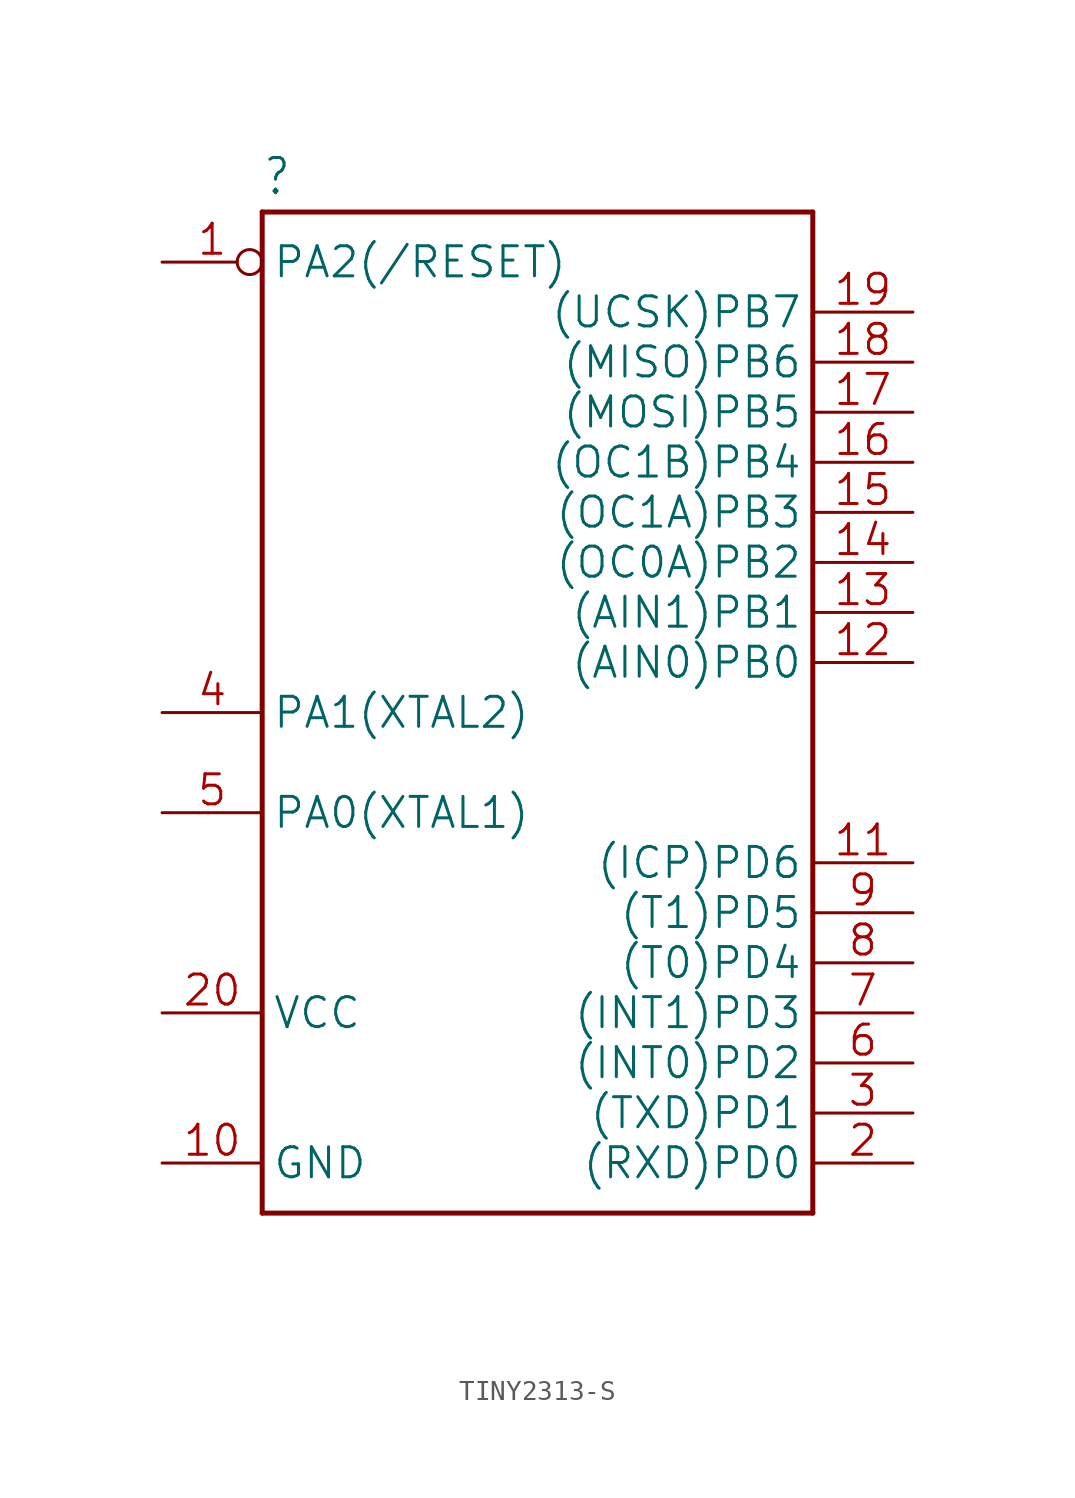
<source format=kicad_sym>
(kicad_symbol_lib
  (version 20241209)
  (generator "kicad_symbol_editor")
  (generator_version "9.0")
  (symbol "TINY2313-S"
    (property "Reference" ""
      (at -15.24 21.082 0)
      (effects (font (size 1.778 1.511)) (justify left bottom)))
    (property "Value" ""
      (at -15.24 -33.02 0)
      (effects (font (size 1.778 1.511)) (justify left bottom)))
    (property "ki_locked" ""
      (at 0 0 0)
      (effects (font (size 1.27 1.27))))
    (symbol "TINY2313-S_1_0"
      (polyline (pts (xy -15.24 20.32) (xy 12.7 20.32)) (stroke (width 0.254) (type solid)) (fill (type none)))
      (polyline (pts (xy -15.24 -30.48) (xy -15.24 20.32)) (stroke (width 0.254) (type solid)) (fill (type none)))
      (polyline (pts (xy 12.7 20.32) (xy 12.7 -30.48)) (stroke (width 0.254) (type solid)) (fill (type none)))
      (polyline (pts (xy 12.7 -30.48) (xy -15.24 -30.48)) (stroke (width 0.254) (type solid)) (fill (type none)))
      (pin input inverted (at -20.32 17.78 0) (length 5.08) (name "PA2(/RESET)" (effects (font (size 1.524 1.524)))) (number "1" (effects (font (size 1.524 1.524)))))
      (pin bidirectional line (at -20.32 -5.08 0) (length 5.08) (name "PA1(XTAL2)" (effects (font (size 1.524 1.524)))) (number "4" (effects (font (size 1.524 1.524)))))
      (pin bidirectional line (at -20.32 -10.16 0) (length 5.08) (name "PA0(XTAL1)" (effects (font (size 1.524 1.524)))) (number "5" (effects (font (size 1.524 1.524)))))
      (pin power_in line (at -20.32 -20.32 0) (length 5.08) (name "VCC" (effects (font (size 1.524 1.524)))) (number "20" (effects (font (size 1.524 1.524)))))
      (pin power_in line (at -20.32 -27.94 0) (length 5.08) (name "GND" (effects (font (size 1.524 1.524)))) (number "10" (effects (font (size 1.524 1.524)))))
      (pin bidirectional line (at 17.78 15.24 180) (length 5.08) (name "(UCSK)PB7" (effects (font (size 1.524 1.524)))) (number "19" (effects (font (size 1.524 1.524)))))
      (pin bidirectional line (at 17.78 12.7 180) (length 5.08) (name "(MISO)PB6" (effects (font (size 1.524 1.524)))) (number "18" (effects (font (size 1.524 1.524)))))
      (pin bidirectional line (at 17.78 10.16 180) (length 5.08) (name "(MOSI)PB5" (effects (font (size 1.524 1.524)))) (number "17" (effects (font (size 1.524 1.524)))))
      (pin bidirectional line (at 17.78 7.62 180) (length 5.08) (name "(OC1B)PB4" (effects (font (size 1.524 1.524)))) (number "16" (effects (font (size 1.524 1.524)))))
      (pin bidirectional line (at 17.78 5.08 180) (length 5.08) (name "(OC1A)PB3" (effects (font (size 1.524 1.524)))) (number "15" (effects (font (size 1.524 1.524)))))
      (pin bidirectional line (at 17.78 2.54 180) (length 5.08) (name "(OC0A)PB2" (effects (font (size 1.524 1.524)))) (number "14" (effects (font (size 1.524 1.524)))))
      (pin bidirectional line (at 17.78 0 180) (length 5.08) (name "(AIN1)PB1" (effects (font (size 1.524 1.524)))) (number "13" (effects (font (size 1.524 1.524)))))
      (pin bidirectional line (at 17.78 -2.54 180) (length 5.08) (name "(AIN0)PB0" (effects (font (size 1.524 1.524)))) (number "12" (effects (font (size 1.524 1.524)))))
      (pin bidirectional line (at 17.78 -12.7 180) (length 5.08) (name "(ICP)PD6" (effects (font (size 1.524 1.524)))) (number "11" (effects (font (size 1.524 1.524)))))
      (pin bidirectional line (at 17.78 -15.24 180) (length 5.08) (name "(T1)PD5" (effects (font (size 1.524 1.524)))) (number "9" (effects (font (size 1.524 1.524)))))
      (pin bidirectional line (at 17.78 -17.78 180) (length 5.08) (name "(T0)PD4" (effects (font (size 1.524 1.524)))) (number "8" (effects (font (size 1.524 1.524)))))
      (pin bidirectional line (at 17.78 -20.32 180) (length 5.08) (name "(INT1)PD3" (effects (font (size 1.524 1.524)))) (number "7" (effects (font (size 1.524 1.524)))))
      (pin bidirectional line (at 17.78 -22.86 180) (length 5.08) (name "(INT0)PD2" (effects (font (size 1.524 1.524)))) (number "6" (effects (font (size 1.524 1.524)))))
      (pin bidirectional line (at 17.78 -25.4 180) (length 5.08) (name "(TXD)PD1" (effects (font (size 1.524 1.524)))) (number "3" (effects (font (size 1.524 1.524)))))
      (pin bidirectional line (at 17.78 -27.94 180) (length 5.08) (name "(RXD)PD0" (effects (font (size 1.524 1.524)))) (number "2" (effects (font (size 1.524 1.524))))))))
</source>
